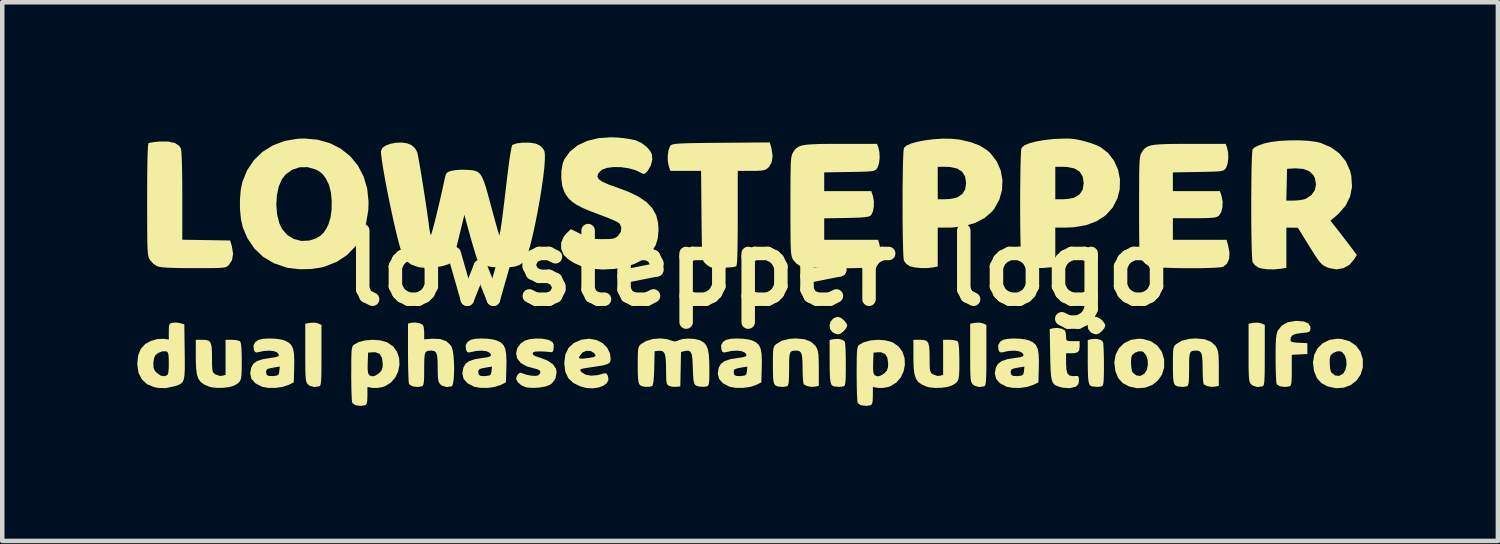
<source format=kicad_pcb>
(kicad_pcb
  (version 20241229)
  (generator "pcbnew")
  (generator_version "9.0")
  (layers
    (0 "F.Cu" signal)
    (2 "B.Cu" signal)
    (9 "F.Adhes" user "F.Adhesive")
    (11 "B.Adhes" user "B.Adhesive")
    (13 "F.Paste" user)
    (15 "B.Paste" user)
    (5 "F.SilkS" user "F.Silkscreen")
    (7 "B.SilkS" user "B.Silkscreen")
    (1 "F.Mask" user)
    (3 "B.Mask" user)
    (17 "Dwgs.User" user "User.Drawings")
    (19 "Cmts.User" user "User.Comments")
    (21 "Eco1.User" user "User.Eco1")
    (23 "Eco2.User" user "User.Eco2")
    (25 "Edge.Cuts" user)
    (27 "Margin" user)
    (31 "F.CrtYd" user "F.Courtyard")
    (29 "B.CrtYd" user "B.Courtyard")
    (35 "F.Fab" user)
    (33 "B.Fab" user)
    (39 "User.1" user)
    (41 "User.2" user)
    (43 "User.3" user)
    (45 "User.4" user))
  (footprint "lowstepper logo"
    (layer "F.Cu")
    (at 13.79 2.908)
    (property "Reference" "lowstepper logo" (at 0 0 0) (layer "F.SilkS") (effects (font (size 1.524 1.524) (thickness 0.3))))
    (attr board_only exclude_from_pos_files exclude_from_bom)
    (fp_poly (pts (xy 1.842 1.104) (xy 1.91 1.158) (xy 1.964 1.225) (xy 1.982 1.276) (xy 1.958 1.336) (xy 1.901 1.402) (xy 1.833 1.454) (xy 1.779 1.471) (xy 1.714 1.454) (xy 1.658 1.424) (xy 1.602 1.354) (xy 1.589 1.268) (xy 1.616 1.183) (xy 1.675 1.115) (xy 1.76 1.082) (xy 1.779 1.081)) (stroke (width 0) (type solid)) (fill yes) (layer "F.SilkS"))
    (fp_poly (pts (xy 7.576 1.104) (xy 7.645 1.158) (xy 7.698 1.225) (xy 7.716 1.276) (xy 7.693 1.336) (xy 7.636 1.402) (xy 7.567 1.454) (xy 7.514 1.471) (xy 7.448 1.454) (xy 7.392 1.424) (xy 7.336 1.354) (xy 7.324 1.268) (xy 7.35 1.183) (xy 7.409 1.115) (xy 7.494 1.082) (xy 7.514 1.081)) (stroke (width 0) (type solid)) (fill yes) (layer "F.SilkS"))
    (fp_poly (pts (xy -9.77 1.227) (xy -9.698 1.26) (xy -9.698 1.933) (xy -9.698 2.153) (xy -9.7 2.321) (xy -9.703 2.444) (xy -9.709 2.528) (xy -9.717 2.581) (xy -9.729 2.611) (xy -9.744 2.624) (xy -9.745 2.624) (xy -9.858 2.641) (xy -9.961 2.611) (xy -9.998 2.582) (xy -10.018 2.559) (xy -10.033 2.529) (xy -10.043 2.483) (xy -10.051 2.415) (xy -10.055 2.315) (xy -10.057 2.175) (xy -10.058 1.988) (xy -10.058 1.878) (xy -10.058 1.234) (xy -9.951 1.214) (xy -9.853 1.209)) (stroke (width 0) (type solid)) (fill yes) (layer "F.SilkS"))
    (fp_poly (pts (xy 5.001 1.227) (xy 5.074 1.26) (xy 5.074 1.933) (xy 5.074 2.153) (xy 5.072 2.321) (xy 5.068 2.444) (xy 5.063 2.528) (xy 5.054 2.581) (xy 5.043 2.611) (xy 5.027 2.624) (xy 5.027 2.624) (xy 4.914 2.641) (xy 4.811 2.611) (xy 4.774 2.582) (xy 4.754 2.559) (xy 4.739 2.529) (xy 4.728 2.483) (xy 4.721 2.415) (xy 4.717 2.315) (xy 4.715 2.175) (xy 4.714 1.988) (xy 4.714 1.878) (xy 4.714 1.234) (xy 4.821 1.214) (xy 4.919 1.209)) (stroke (width 0) (type solid)) (fill yes) (layer "F.SilkS"))
    (fp_poly (pts (xy 11.186 1.227) (xy 11.259 1.26) (xy 11.259 1.933) (xy 11.258 2.153) (xy 11.257 2.321) (xy 11.253 2.444) (xy 11.248 2.528) (xy 11.239 2.581) (xy 11.228 2.611) (xy 11.212 2.624) (xy 11.211 2.624) (xy 11.098 2.641) (xy 10.996 2.611) (xy 10.959 2.582) (xy 10.939 2.559) (xy 10.924 2.529) (xy 10.913 2.483) (xy 10.906 2.415) (xy 10.902 2.315) (xy 10.899 2.175) (xy 10.899 1.988) (xy 10.899 1.878) (xy 10.899 1.234) (xy 11.006 1.214) (xy 11.104 1.209)) (stroke (width 0) (type solid)) (fill yes) (layer "F.SilkS"))
    (fp_poly (pts (xy 1.876 1.592) (xy 1.929 1.633) (xy 1.936 1.673) (xy 1.943 1.762) (xy 1.948 1.889) (xy 1.951 2.043) (xy 1.951 2.136) (xy 1.95 2.317) (xy 1.948 2.447) (xy 1.942 2.534) (xy 1.932 2.587) (xy 1.918 2.615) (xy 1.904 2.624) (xy 1.813 2.638) (xy 1.702 2.628) (xy 1.677 2.622) (xy 1.647 2.607) (xy 1.625 2.575) (xy 1.609 2.518) (xy 1.599 2.428) (xy 1.594 2.296) (xy 1.592 2.116) (xy 1.592 2.036) (xy 1.591 1.596) (xy 1.681 1.576) (xy 1.784 1.57)) (stroke (width 0) (type solid)) (fill yes) (layer "F.SilkS"))
    (fp_poly (pts (xy 7.61 1.592) (xy 7.663 1.633) (xy 7.671 1.673) (xy 7.677 1.762) (xy 7.682 1.889) (xy 7.685 2.043) (xy 7.686 2.136) (xy 7.685 2.317) (xy 7.682 2.447) (xy 7.676 2.534) (xy 7.667 2.587) (xy 7.653 2.615) (xy 7.639 2.624) (xy 7.548 2.638) (xy 7.437 2.628) (xy 7.411 2.622) (xy 7.381 2.607) (xy 7.359 2.575) (xy 7.344 2.518) (xy 7.334 2.428) (xy 7.329 2.296) (xy 7.326 2.116) (xy 7.326 2.036) (xy 7.326 1.596) (xy 7.415 1.576) (xy 7.519 1.57)) (stroke (width 0) (type solid)) (fill yes) (layer "F.SilkS"))
    (fp_poly (pts (xy 6.742 1.343) (xy 6.809 1.377) (xy 6.822 1.391) (xy 6.838 1.444) (xy 6.845 1.523) (xy 6.845 1.524) (xy 6.848 1.581) (xy 6.867 1.61) (xy 6.917 1.62) (xy 6.996 1.621) (xy 7.146 1.621) (xy 7.146 1.738) (xy 7.137 1.821) (xy 7.102 1.868) (xy 7.03 1.888) (xy 6.948 1.891) (xy 6.845 1.891) (xy 6.845 2.116) (xy 6.852 2.253) (xy 6.875 2.34) (xy 6.922 2.386) (xy 6.998 2.399) (xy 7.048 2.396) (xy 7.104 2.396) (xy 7.126 2.423) (xy 7.131 2.491) (xy 7.119 2.573) (xy 7.075 2.622) (xy 7.056 2.633) (xy 6.93 2.666) (xy 6.777 2.656) (xy 6.708 2.64) (xy 6.64 2.617) (xy 6.589 2.589) (xy 6.552 2.546) (xy 6.526 2.481) (xy 6.51 2.386) (xy 6.5 2.253) (xy 6.494 2.073) (xy 6.491 1.919) (xy 6.481 1.353) (xy 6.558 1.334) (xy 6.65 1.327)) (stroke (width 0) (type solid)) (fill yes) (layer "F.SilkS"))
    (fp_poly (pts (xy 8.554 1.573) (xy 8.731 1.624) (xy 8.872 1.72) (xy 8.971 1.855) (xy 9.023 2.023) (xy 9.024 2.205) (xy 8.975 2.365) (xy 8.883 2.497) (xy 8.757 2.596) (xy 8.603 2.654) (xy 8.43 2.667) (xy 8.245 2.628) (xy 8.244 2.628) (xy 8.101 2.552) (xy 8.001 2.438) (xy 7.939 2.282) (xy 7.916 2.093) (xy 7.917 2.086) (xy 8.287 2.086) (xy 8.292 2.189) (xy 8.307 2.276) (xy 8.324 2.318) (xy 8.406 2.383) (xy 8.495 2.394) (xy 8.58 2.348) (xy 8.585 2.344) (xy 8.639 2.257) (xy 8.662 2.148) (xy 8.656 2.035) (xy 8.623 1.935) (xy 8.565 1.865) (xy 8.531 1.848) (xy 8.452 1.848) (xy 8.367 1.882) (xy 8.31 1.934) (xy 8.293 1.993) (xy 8.287 2.086) (xy 7.917 2.086) (xy 7.945 1.923) (xy 8.02 1.778) (xy 8.135 1.666) (xy 8.283 1.593) (xy 8.458 1.567)) (stroke (width 0) (type solid)) (fill yes) (layer "F.SilkS"))
    (fp_poly (pts (xy 12.967 1.573) (xy 13.144 1.624) (xy 13.285 1.72) (xy 13.385 1.855) (xy 13.437 2.023) (xy 13.438 2.205) (xy 13.388 2.365) (xy 13.297 2.497) (xy 13.17 2.596) (xy 13.016 2.654) (xy 12.843 2.667) (xy 12.658 2.628) (xy 12.657 2.628) (xy 12.515 2.552) (xy 12.415 2.438) (xy 12.352 2.282) (xy 12.329 2.093) (xy 12.331 2.086) (xy 12.701 2.086) (xy 12.706 2.189) (xy 12.72 2.276) (xy 12.738 2.318) (xy 12.819 2.383) (xy 12.908 2.394) (xy 12.994 2.348) (xy 12.999 2.344) (xy 13.052 2.257) (xy 13.075 2.148) (xy 13.069 2.035) (xy 13.036 1.935) (xy 12.978 1.865) (xy 12.944 1.848) (xy 12.866 1.848) (xy 12.781 1.882) (xy 12.723 1.934) (xy 12.706 1.993) (xy 12.701 2.086) (xy 12.331 2.086) (xy 12.358 1.923) (xy 12.433 1.778) (xy 12.548 1.666) (xy 12.696 1.593) (xy 12.872 1.567)) (stroke (width 0) (type solid)) (fill yes) (layer "F.SilkS"))
    (fp_poly (pts (xy -12.257 1.596) (xy -12.198 1.615) (xy -12.161 1.659) (xy -12.14 1.736) (xy -12.131 1.856) (xy -12.13 2.009) (xy -12.129 2.147) (xy -12.124 2.237) (xy -12.114 2.293) (xy -12.095 2.328) (xy -12.063 2.354) (xy -12.055 2.359) (xy -11.959 2.394) (xy -11.905 2.39) (xy -11.829 2.371) (xy -11.829 1.591) (xy -11.685 1.591) (xy -11.592 1.598) (xy -11.523 1.616) (xy -11.505 1.627) (xy -11.488 1.674) (xy -11.476 1.774) (xy -11.47 1.93) (xy -11.469 2.073) (xy -11.47 2.246) (xy -11.475 2.369) (xy -11.487 2.455) (xy -11.51 2.512) (xy -11.547 2.553) (xy -11.602 2.588) (xy -11.642 2.609) (xy -11.739 2.64) (xy -11.87 2.657) (xy -12.011 2.66) (xy -12.138 2.647) (xy -12.197 2.631) (xy -12.303 2.585) (xy -12.38 2.53) (xy -12.433 2.457) (xy -12.466 2.357) (xy -12.483 2.219) (xy -12.49 2.033) (xy -12.49 1.968) (xy -12.49 1.591) (xy -12.341 1.591)) (stroke (width 0) (type solid)) (fill yes) (layer "F.SilkS"))
    (fp_poly (pts (xy 3.686 1.596) (xy 3.744 1.615) (xy 3.781 1.659) (xy 3.802 1.736) (xy 3.811 1.856) (xy 3.813 2.009) (xy 3.814 2.147) (xy 3.818 2.237) (xy 3.829 2.293) (xy 3.848 2.328) (xy 3.879 2.354) (xy 3.888 2.359) (xy 3.984 2.394) (xy 4.038 2.39) (xy 4.113 2.371) (xy 4.113 1.591) (xy 4.257 1.591) (xy 4.35 1.598) (xy 4.42 1.616) (xy 4.437 1.627) (xy 4.455 1.674) (xy 4.466 1.774) (xy 4.472 1.93) (xy 4.474 2.073) (xy 4.473 2.246) (xy 4.468 2.369) (xy 4.456 2.455) (xy 4.433 2.512) (xy 4.396 2.553) (xy 4.34 2.588) (xy 4.301 2.609) (xy 4.204 2.64) (xy 4.073 2.657) (xy 3.932 2.66) (xy 3.805 2.647) (xy 3.745 2.631) (xy 3.64 2.585) (xy 3.563 2.53) (xy 3.51 2.457) (xy 3.477 2.357) (xy 3.459 2.219) (xy 3.453 2.033) (xy 3.453 1.968) (xy 3.453 1.591) (xy 3.602 1.591)) (stroke (width 0) (type solid)) (fill yes) (layer "F.SilkS"))
    (fp_poly (pts (xy 12.128 1.185) (xy 12.226 1.227) (xy 12.272 1.296) (xy 12.274 1.346) (xy 12.265 1.39) (xy 12.24 1.416) (xy 12.184 1.43) (xy 12.085 1.44) (xy 12.076 1.441) (xy 11.95 1.459) (xy 11.873 1.491) (xy 11.837 1.543) (xy 11.83 1.597) (xy 11.84 1.627) (xy 11.88 1.644) (xy 11.963 1.654) (xy 12.017 1.657) (xy 12.205 1.666) (xy 12.205 1.907) (xy 11.859 1.925) (xy 11.859 2.265) (xy 11.858 2.417) (xy 11.853 2.519) (xy 11.844 2.581) (xy 11.828 2.613) (xy 11.812 2.624) (xy 11.718 2.639) (xy 11.615 2.628) (xy 11.589 2.62) (xy 11.535 2.585) (xy 11.522 2.57) (xy 11.515 2.53) (xy 11.509 2.441) (xy 11.504 2.313) (xy 11.501 2.156) (xy 11.5 2.012) (xy 11.5 1.813) (xy 11.503 1.664) (xy 11.51 1.556) (xy 11.52 1.478) (xy 11.535 1.42) (xy 11.552 1.381) (xy 11.639 1.272) (xy 11.769 1.201) (xy 11.94 1.172) (xy 11.98 1.171)) (stroke (width 0) (type solid)) (fill yes) (layer "F.SilkS"))
    (fp_poly (pts (xy 1.034 1.579) (xy 1.177 1.634) (xy 1.277 1.726) (xy 1.29 1.747) (xy 1.316 1.797) (xy 1.333 1.855) (xy 1.344 1.933) (xy 1.349 2.044) (xy 1.351 2.201) (xy 1.351 2.229) (xy 1.351 2.611) (xy 1.276 2.63) (xy 1.186 2.637) (xy 1.094 2.62) (xy 1.027 2.586) (xy 1.014 2.572) (xy 1.005 2.529) (xy 0.997 2.44) (xy 0.992 2.32) (xy 0.991 2.22) (xy 0.988 2.059) (xy 0.978 1.949) (xy 0.958 1.881) (xy 0.923 1.845) (xy 0.872 1.832) (xy 0.852 1.831) (xy 0.787 1.834) (xy 0.743 1.847) (xy 0.714 1.881) (xy 0.699 1.945) (xy 0.692 2.049) (xy 0.691 2.201) (xy 0.691 2.237) (xy 0.689 2.395) (xy 0.685 2.504) (xy 0.677 2.571) (xy 0.663 2.608) (xy 0.643 2.624) (xy 0.549 2.639) (xy 0.446 2.628) (xy 0.42 2.62) (xy 0.385 2.602) (xy 0.361 2.571) (xy 0.345 2.518) (xy 0.336 2.433) (xy 0.332 2.307) (xy 0.331 2.144) (xy 0.331 1.983) (xy 0.334 1.871) (xy 0.341 1.796) (xy 0.354 1.748) (xy 0.374 1.715) (xy 0.398 1.691) (xy 0.528 1.611) (xy 0.705 1.569) (xy 0.846 1.561)) (stroke (width 0) (type solid)) (fill yes) (layer "F.SilkS"))
    (fp_poly (pts (xy 9.921 1.579) (xy 10.064 1.634) (xy 10.164 1.726) (xy 10.177 1.747) (xy 10.203 1.797) (xy 10.22 1.855) (xy 10.231 1.933) (xy 10.236 2.044) (xy 10.238 2.201) (xy 10.238 2.229) (xy 10.238 2.611) (xy 10.163 2.63) (xy 10.073 2.637) (xy 9.981 2.62) (xy 9.914 2.586) (xy 9.901 2.572) (xy 9.892 2.529) (xy 9.884 2.44) (xy 9.879 2.32) (xy 9.878 2.22) (xy 9.875 2.059) (xy 9.865 1.949) (xy 9.845 1.881) (xy 9.81 1.845) (xy 9.759 1.832) (xy 9.739 1.831) (xy 9.674 1.834) (xy 9.63 1.847) (xy 9.601 1.881) (xy 9.586 1.945) (xy 9.579 2.049) (xy 9.578 2.201) (xy 9.578 2.237) (xy 9.576 2.395) (xy 9.572 2.504) (xy 9.564 2.571) (xy 9.55 2.608) (xy 9.53 2.624) (xy 9.436 2.639) (xy 9.333 2.628) (xy 9.307 2.62) (xy 9.272 2.602) (xy 9.248 2.571) (xy 9.232 2.518) (xy 9.223 2.433) (xy 9.219 2.307) (xy 9.218 2.144) (xy 9.218 1.983) (xy 9.221 1.871) (xy 9.228 1.796) (xy 9.241 1.748) (xy 9.261 1.715) (xy 9.285 1.691) (xy 9.415 1.611) (xy 9.592 1.569) (xy 9.733 1.561)) (stroke (width 0) (type solid)) (fill yes) (layer "F.SilkS"))
    (fp_poly (pts (xy -13.102 -2.813) (xy -12.956 -2.781) (xy -12.858 -2.718) (xy -12.82 -2.657) (xy -12.812 -2.605) (xy -12.805 -2.5) (xy -12.799 -2.348) (xy -12.794 -2.153) (xy -12.791 -1.924) (xy -12.79 -1.666) (xy -12.79 -1.605) (xy -12.79 -0.632) (xy -12.258 -0.624) (xy -11.727 -0.615) (xy -11.687 -0.48) (xy -11.662 -0.318) (xy -11.686 -0.178) (xy -11.755 -0.072) (xy -11.779 -0.049) (xy -11.804 -0.032) (xy -11.84 -0.019) (xy -11.892 -0.011) (xy -11.97 -0.005) (xy -12.082 -0.002) (xy -12.234 -0.001) (xy -12.435 -0.001) (xy -12.541 -0.001) (xy -12.787 -0.002) (xy -12.981 -0.006) (xy -13.127 -0.011) (xy -13.234 -0.02) (xy -13.307 -0.031) (xy -13.352 -0.045) (xy -13.435 -0.1) (xy -13.505 -0.178) (xy -13.51 -0.186) (xy -13.525 -0.213) (xy -13.537 -0.243) (xy -13.547 -0.283) (xy -13.555 -0.338) (xy -13.56 -0.415) (xy -13.565 -0.518) (xy -13.568 -0.654) (xy -13.569 -0.829) (xy -13.57 -1.049) (xy -13.571 -1.319) (xy -13.571 -1.522) (xy -13.57 -1.876) (xy -13.568 -2.172) (xy -13.564 -2.41) (xy -13.559 -2.589) (xy -13.552 -2.71) (xy -13.544 -2.77) (xy -13.54 -2.778) (xy -13.496 -2.789) (xy -13.41 -2.802) (xy -13.301 -2.813) (xy -13.292 -2.813)) (stroke (width 0) (type solid)) (fill yes) (layer "F.SilkS"))
    (fp_poly (pts (xy -10.713 1.568) (xy -10.583 1.587) (xy -10.513 1.608) (xy -10.428 1.651) (xy -10.368 1.709) (xy -10.329 1.791) (xy -10.308 1.906) (xy -10.302 2.066) (xy -10.304 2.192) (xy -10.313 2.537) (xy -10.428 2.593) (xy -10.561 2.637) (xy -10.72 2.66) (xy -10.881 2.659) (xy -11.016 2.635) (xy -11.028 2.63) (xy -11.168 2.556) (xy -11.253 2.46) (xy -11.282 2.34) (xy -11.277 2.309) (xy -10.929 2.309) (xy -10.918 2.366) (xy -10.876 2.393) (xy -10.792 2.398) (xy -10.765 2.396) (xy -10.686 2.386) (xy -10.65 2.361) (xy -10.636 2.306) (xy -10.634 2.286) (xy -10.624 2.186) (xy -10.754 2.207) (xy -10.852 2.226) (xy -10.904 2.245) (xy -10.925 2.273) (xy -10.929 2.309) (xy -11.277 2.309) (xy -11.26 2.21) (xy -11.212 2.125) (xy -11.128 2.063) (xy -10.999 2.021) (xy -10.846 1.997) (xy -10.725 1.979) (xy -10.659 1.958) (xy -10.642 1.928) (xy -10.668 1.887) (xy -10.675 1.879) (xy -10.743 1.846) (xy -10.848 1.832) (xy -10.973 1.839) (xy -11.073 1.86) (xy -11.142 1.874) (xy -11.177 1.859) (xy -11.2 1.813) (xy -11.209 1.716) (xy -11.165 1.636) (xy -11.09 1.59) (xy -10.991 1.569) (xy -10.857 1.562)) (stroke (width 0) (type solid)) (fill yes) (layer "F.SilkS"))
    (fp_poly (pts (xy -6 1.568) (xy -5.87 1.587) (xy -5.799 1.608) (xy -5.714 1.651) (xy -5.654 1.709) (xy -5.615 1.791) (xy -5.595 1.906) (xy -5.588 2.066) (xy -5.59 2.192) (xy -5.599 2.537) (xy -5.714 2.593) (xy -5.847 2.637) (xy -6.006 2.66) (xy -6.167 2.659) (xy -6.302 2.635) (xy -6.314 2.63) (xy -6.455 2.556) (xy -6.539 2.46) (xy -6.569 2.34) (xy -6.563 2.309) (xy -6.215 2.309) (xy -6.204 2.366) (xy -6.163 2.393) (xy -6.079 2.398) (xy -6.051 2.396) (xy -5.973 2.386) (xy -5.936 2.361) (xy -5.922 2.306) (xy -5.92 2.286) (xy -5.91 2.186) (xy -6.04 2.207) (xy -6.138 2.226) (xy -6.191 2.245) (xy -6.211 2.273) (xy -6.215 2.309) (xy -6.563 2.309) (xy -6.546 2.21) (xy -6.498 2.125) (xy -6.414 2.063) (xy -6.285 2.021) (xy -6.132 1.997) (xy -6.012 1.979) (xy -5.946 1.958) (xy -5.928 1.928) (xy -5.954 1.887) (xy -5.962 1.879) (xy -6.029 1.846) (xy -6.135 1.832) (xy -6.259 1.839) (xy -6.359 1.86) (xy -6.428 1.874) (xy -6.464 1.859) (xy -6.486 1.813) (xy -6.496 1.716) (xy -6.451 1.636) (xy -6.376 1.59) (xy -6.277 1.569) (xy -6.143 1.562)) (stroke (width 0) (type solid)) (fill yes) (layer "F.SilkS"))
    (fp_poly (pts (xy -4.787 1.567) (xy -4.664 1.591) (xy -4.62 1.608) (xy -4.56 1.648) (xy -4.538 1.698) (xy -4.539 1.766) (xy -4.55 1.838) (xy -4.574 1.866) (xy -4.623 1.864) (xy -4.624 1.864) (xy -4.699 1.855) (xy -4.802 1.85) (xy -4.848 1.849) (xy -4.944 1.852) (xy -4.993 1.87) (xy -5.007 1.894) (xy -4.995 1.926) (xy -4.94 1.957) (xy -4.834 1.992) (xy -4.832 1.992) (xy -4.671 2.055) (xy -4.554 2.137) (xy -4.487 2.235) (xy -4.474 2.308) (xy -4.498 2.448) (xy -4.572 2.554) (xy -4.624 2.592) (xy -4.719 2.628) (xy -4.849 2.651) (xy -4.991 2.66) (xy -5.12 2.652) (xy -5.163 2.643) (xy -5.255 2.603) (xy -5.33 2.54) (xy -5.371 2.471) (xy -5.374 2.449) (xy -5.358 2.398) (xy -5.334 2.359) (xy -5.289 2.322) (xy -5.237 2.334) (xy -5.148 2.366) (xy -5.039 2.388) (xy -4.94 2.393) (xy -4.893 2.386) (xy -4.844 2.347) (xy -4.834 2.311) (xy -4.852 2.268) (xy -4.915 2.241) (xy -4.946 2.234) (xy -5.134 2.183) (xy -5.269 2.107) (xy -5.349 2.008) (xy -5.374 1.891) (xy -5.347 1.778) (xy -5.275 1.676) (xy -5.183 1.61) (xy -5.071 1.577) (xy -4.931 1.563)) (stroke (width 0) (type solid)) (fill yes) (layer "F.SilkS"))
    (fp_poly (pts (xy -0.325 1.568) (xy -0.195 1.587) (xy -0.124 1.608) (xy -0.04 1.651) (xy 0.021 1.709) (xy 0.059 1.791) (xy 0.08 1.906) (xy 0.086 2.066) (xy 0.084 2.192) (xy 0.075 2.537) (xy -0.04 2.593) (xy -0.173 2.637) (xy -0.332 2.66) (xy -0.492 2.659) (xy -0.628 2.635) (xy -0.64 2.63) (xy -0.78 2.556) (xy -0.865 2.46) (xy -0.894 2.34) (xy -0.889 2.309) (xy -0.54 2.309) (xy -0.529 2.366) (xy -0.488 2.393) (xy -0.404 2.398) (xy -0.376 2.396) (xy -0.298 2.386) (xy -0.262 2.361) (xy -0.248 2.306) (xy -0.246 2.286) (xy -0.236 2.186) (xy -0.366 2.207) (xy -0.464 2.226) (xy -0.516 2.245) (xy -0.537 2.273) (xy -0.54 2.309) (xy -0.889 2.309) (xy -0.872 2.21) (xy -0.824 2.125) (xy -0.739 2.063) (xy -0.611 2.021) (xy -0.458 1.997) (xy -0.337 1.979) (xy -0.271 1.958) (xy -0.254 1.928) (xy -0.28 1.887) (xy -0.287 1.879) (xy -0.355 1.846) (xy -0.46 1.832) (xy -0.584 1.839) (xy -0.685 1.86) (xy -0.753 1.874) (xy -0.789 1.859) (xy -0.812 1.813) (xy -0.821 1.716) (xy -0.776 1.636) (xy -0.702 1.59) (xy -0.603 1.569) (xy -0.469 1.562)) (stroke (width 0) (type solid)) (fill yes) (layer "F.SilkS"))
    (fp_poly (pts (xy 0.3 -2.658) (xy 0.325 -2.497) (xy 0.305 -2.357) (xy 0.244 -2.248) (xy 0.225 -2.229) (xy 0.182 -2.198) (xy 0.133 -2.178) (xy 0.064 -2.167) (xy -0.041 -2.162) (xy -0.152 -2.162) (xy -0.45 -2.162) (xy -0.45 -1.113) (xy -0.451 -0.815) (xy -0.453 -0.573) (xy -0.456 -0.382) (xy -0.46 -0.238) (xy -0.466 -0.136) (xy -0.474 -0.073) (xy -0.484 -0.044) (xy -0.487 -0.041) (xy -0.539 -0.027) (xy -0.633 -0.017) (xy -0.75 -0.01) (xy -0.871 -0.009) (xy -0.978 -0.013) (xy -1.052 -0.022) (xy -1.066 -0.027) (xy -1.131 -0.069) (xy -1.186 -0.12) (xy -1.202 -0.141) (xy -1.216 -0.167) (xy -1.226 -0.206) (xy -1.234 -0.263) (xy -1.24 -0.346) (xy -1.245 -0.46) (xy -1.248 -0.612) (xy -1.251 -0.809) (xy -1.254 -1.056) (xy -1.255 -1.174) (xy -1.264 -2.162) (xy -1.947 -2.162) (xy -1.983 -2.27) (xy -2.004 -2.38) (xy -2.005 -2.503) (xy -1.988 -2.619) (xy -1.956 -2.706) (xy -1.94 -2.727) (xy -1.921 -2.74) (xy -1.891 -2.751) (xy -1.844 -2.76) (xy -1.773 -2.767) (xy -1.673 -2.772) (xy -1.537 -2.777) (xy -1.36 -2.78) (xy -1.136 -2.783) (xy -0.858 -2.785) (xy -0.814 -2.786) (xy 0.262 -2.794)) (stroke (width 0) (type solid)) (fill yes) (layer "F.SilkS"))
    (fp_poly (pts (xy 5.83 1.568) (xy 5.96 1.587) (xy 6.03 1.608) (xy 6.115 1.651) (xy 6.175 1.709) (xy 6.214 1.791) (xy 6.235 1.906) (xy 6.241 2.066) (xy 6.239 2.192) (xy 6.23 2.537) (xy 6.115 2.593) (xy 5.982 2.637) (xy 5.823 2.66) (xy 5.662 2.659) (xy 5.527 2.635) (xy 5.515 2.63) (xy 5.375 2.556) (xy 5.29 2.46) (xy 5.261 2.34) (xy 5.266 2.309) (xy 5.614 2.309) (xy 5.625 2.366) (xy 5.667 2.393) (xy 5.751 2.398) (xy 5.778 2.396) (xy 5.857 2.386) (xy 5.893 2.361) (xy 5.907 2.306) (xy 5.909 2.286) (xy 5.919 2.186) (xy 5.789 2.207) (xy 5.691 2.226) (xy 5.639 2.245) (xy 5.618 2.273) (xy 5.614 2.309) (xy 5.266 2.309) (xy 5.283 2.21) (xy 5.331 2.125) (xy 5.415 2.063) (xy 5.544 2.021) (xy 5.697 1.997) (xy 5.818 1.979) (xy 5.884 1.958) (xy 5.901 1.928) (xy 5.875 1.887) (xy 5.868 1.879) (xy 5.8 1.846) (xy 5.695 1.832) (xy 5.57 1.839) (xy 5.47 1.86) (xy 5.401 1.874) (xy 5.366 1.859) (xy 5.343 1.813) (xy 5.334 1.716) (xy 5.378 1.636) (xy 5.453 1.59) (xy 5.552 1.569) (xy 5.686 1.562)) (stroke (width 0) (type solid)) (fill yes) (layer "F.SilkS"))
    (fp_poly (pts (xy -12.841 1.221) (xy -12.745 1.248) (xy -12.737 1.86) (xy -12.734 2.08) (xy -12.735 2.249) (xy -12.741 2.374) (xy -12.755 2.463) (xy -12.78 2.524) (xy -12.819 2.564) (xy -12.873 2.593) (xy -12.945 2.617) (xy -12.981 2.627) (xy -13.155 2.664) (xy -13.318 2.661) (xy -13.417 2.642) (xy -13.573 2.578) (xy -13.689 2.47) (xy -13.763 2.324) (xy -13.79 2.142) (xy -13.79 2.12) (xy -13.433 2.12) (xy -13.428 2.216) (xy -13.4 2.279) (xy -13.351 2.329) (xy -13.27 2.387) (xy -13.199 2.4) (xy -13.138 2.384) (xy -13.114 2.362) (xy -13.099 2.314) (xy -13.092 2.227) (xy -13.09 2.115) (xy -13.092 1.991) (xy -13.099 1.914) (xy -13.113 1.871) (xy -13.137 1.851) (xy -13.146 1.848) (xy -13.232 1.847) (xy -13.326 1.883) (xy -13.389 1.935) (xy -13.415 1.994) (xy -13.431 2.084) (xy -13.433 2.12) (xy -13.79 2.12) (xy -13.79 2.118) (xy -13.77 1.935) (xy -13.712 1.794) (xy -13.613 1.684) (xy -13.612 1.684) (xy -13.493 1.618) (xy -13.348 1.576) (xy -13.21 1.569) (xy -13.189 1.571) (xy -13.09 1.587) (xy -13.09 1.41) (xy -13.088 1.31) (xy -13.078 1.254) (xy -13.053 1.226) (xy -13.013 1.213) (xy -12.928 1.207)) (stroke (width 0) (type solid)) (fill yes) (layer "F.SilkS"))
    (fp_poly (pts (xy -3.595 1.594) (xy -3.458 1.661) (xy -3.353 1.763) (xy -3.289 1.894) (xy -3.273 2.01) (xy -3.279 2.065) (xy -3.303 2.106) (xy -3.356 2.136) (xy -3.447 2.16) (xy -3.585 2.183) (xy -3.633 2.19) (xy -3.781 2.212) (xy -3.878 2.228) (xy -3.932 2.243) (xy -3.951 2.26) (xy -3.943 2.283) (xy -3.919 2.31) (xy -3.832 2.365) (xy -3.709 2.388) (xy -3.567 2.377) (xy -3.508 2.362) (xy -3.424 2.338) (xy -3.378 2.336) (xy -3.353 2.358) (xy -3.335 2.394) (xy -3.322 2.48) (xy -3.359 2.553) (xy -3.437 2.612) (xy -3.545 2.652) (xy -3.675 2.67) (xy -3.816 2.661) (xy -3.94 2.629) (xy -4.103 2.55) (xy -4.215 2.443) (xy -4.28 2.303) (xy -4.303 2.122) (xy -4.303 2.102) (xy -4.289 1.991) (xy -3.978 1.991) (xy -3.953 2.009) (xy -3.88 2.009) (xy -3.754 1.994) (xy -3.742 1.992) (xy -3.648 1.975) (xy -3.609 1.951) (xy -3.619 1.913) (xy -3.65 1.879) (xy -3.726 1.839) (xy -3.817 1.837) (xy -3.896 1.871) (xy -3.909 1.884) (xy -3.962 1.95) (xy -3.978 1.991) (xy -4.289 1.991) (xy -4.279 1.917) (xy -4.208 1.77) (xy -4.09 1.661) (xy -3.927 1.59) (xy -3.923 1.589) (xy -3.753 1.567)) (stroke (width 0) (type solid)) (fill yes) (layer "F.SilkS"))
    (fp_poly (pts (xy -7.519 1.223) (xy -7.452 1.257) (xy -7.439 1.271) (xy -7.425 1.321) (xy -7.417 1.405) (xy -7.416 1.443) (xy -7.416 1.58) (xy -7.24 1.567) (xy -7.061 1.574) (xy -6.922 1.624) (xy -6.826 1.715) (xy -6.803 1.756) (xy -6.781 1.831) (xy -6.765 1.943) (xy -6.755 2.076) (xy -6.751 2.22) (xy -6.754 2.359) (xy -6.762 2.481) (xy -6.777 2.573) (xy -6.798 2.621) (xy -6.803 2.624) (xy -6.916 2.641) (xy -7.018 2.611) (xy -7.056 2.582) (xy -7.083 2.547) (xy -7.101 2.5) (xy -7.111 2.429) (xy -7.115 2.32) (xy -7.116 2.213) (xy -7.118 2.053) (xy -7.129 1.945) (xy -7.15 1.878) (xy -7.186 1.843) (xy -7.239 1.832) (xy -7.254 1.831) (xy -7.319 1.834) (xy -7.364 1.847) (xy -7.392 1.881) (xy -7.408 1.945) (xy -7.414 2.049) (xy -7.416 2.201) (xy -7.416 2.237) (xy -7.417 2.395) (xy -7.421 2.504) (xy -7.43 2.571) (xy -7.444 2.608) (xy -7.463 2.624) (xy -7.557 2.639) (xy -7.661 2.628) (xy -7.686 2.62) (xy -7.74 2.585) (xy -7.753 2.57) (xy -7.76 2.531) (xy -7.765 2.442) (xy -7.77 2.311) (xy -7.774 2.147) (xy -7.775 1.961) (xy -7.776 1.885) (xy -7.776 1.232) (xy -7.701 1.213) (xy -7.611 1.207)) (stroke (width 0) (type solid)) (fill yes) (layer "F.SilkS"))
    (fp_poly (pts (xy -8.399 1.603) (xy -8.252 1.643) (xy -8.235 1.65) (xy -8.107 1.737) (xy -8.02 1.856) (xy -7.973 1.996) (xy -7.965 2.145) (xy -7.994 2.294) (xy -8.059 2.43) (xy -8.159 2.544) (xy -8.292 2.624) (xy -8.346 2.642) (xy -8.452 2.66) (xy -8.554 2.661) (xy -8.577 2.658) (xy -8.677 2.639) (xy -8.677 2.833) (xy -8.681 2.946) (xy -8.694 3.011) (xy -8.719 3.042) (xy -8.724 3.044) (xy -8.818 3.059) (xy -8.922 3.048) (xy -8.947 3.041) (xy -9.001 3.005) (xy -9.014 2.99) (xy -9.021 2.951) (xy -9.027 2.862) (xy -9.032 2.732) (xy -9.035 2.571) (xy -9.037 2.388) (xy -9.037 2.354) (xy -9.036 2.248) (xy -8.672 2.248) (xy -8.661 2.334) (xy -8.634 2.38) (xy -8.586 2.399) (xy -8.551 2.401) (xy -8.495 2.383) (xy -8.426 2.338) (xy -8.418 2.332) (xy -8.365 2.273) (xy -8.341 2.203) (xy -8.337 2.122) (xy -8.354 1.989) (xy -8.407 1.905) (xy -8.495 1.868) (xy -8.555 1.868) (xy -8.662 1.876) (xy -8.671 2.114) (xy -8.672 2.248) (xy -9.036 2.248) (xy -9.036 2.147) (xy -9.035 1.991) (xy -9.031 1.879) (xy -9.024 1.802) (xy -9.014 1.753) (xy -9 1.722) (xy -8.985 1.705) (xy -8.876 1.644) (xy -8.729 1.605) (xy -8.564 1.591)) (stroke (width 0) (type solid)) (fill yes) (layer "F.SilkS"))
    (fp_poly (pts (xy 2.83 1.603) (xy 2.977 1.643) (xy 2.994 1.65) (xy 3.122 1.737) (xy 3.209 1.856) (xy 3.256 1.996) (xy 3.264 2.145) (xy 3.235 2.294) (xy 3.17 2.43) (xy 3.07 2.544) (xy 2.937 2.624) (xy 2.883 2.642) (xy 2.777 2.66) (xy 2.674 2.661) (xy 2.652 2.658) (xy 2.552 2.639) (xy 2.552 2.833) (xy 2.548 2.946) (xy 2.535 3.011) (xy 2.51 3.042) (xy 2.505 3.044) (xy 2.411 3.059) (xy 2.307 3.048) (xy 2.282 3.041) (xy 2.228 3.005) (xy 2.215 2.99) (xy 2.208 2.951) (xy 2.202 2.862) (xy 2.197 2.732) (xy 2.194 2.571) (xy 2.192 2.388) (xy 2.192 2.354) (xy 2.192 2.248) (xy 2.557 2.248) (xy 2.567 2.334) (xy 2.595 2.38) (xy 2.643 2.399) (xy 2.678 2.401) (xy 2.734 2.383) (xy 2.803 2.338) (xy 2.811 2.332) (xy 2.864 2.273) (xy 2.888 2.203) (xy 2.892 2.122) (xy 2.875 1.989) (xy 2.822 1.905) (xy 2.733 1.868) (xy 2.674 1.868) (xy 2.567 1.876) (xy 2.558 2.114) (xy 2.557 2.248) (xy 2.192 2.248) (xy 2.193 2.147) (xy 2.194 1.991) (xy 2.198 1.879) (xy 2.205 1.802) (xy 2.215 1.753) (xy 2.229 1.722) (xy 2.244 1.705) (xy 2.353 1.644) (xy 2.5 1.605) (xy 2.665 1.591)) (stroke (width 0) (type solid)) (fill yes) (layer "F.SilkS"))
    (fp_poly (pts (xy 4.283 -2.876) (xy 4.452 -2.86) (xy 4.485 -2.855) (xy 4.729 -2.799) (xy 4.926 -2.724) (xy 5.086 -2.624) (xy 5.165 -2.553) (xy 5.303 -2.375) (xy 5.392 -2.173) (xy 5.431 -1.956) (xy 5.421 -1.735) (xy 5.361 -1.521) (xy 5.251 -1.323) (xy 5.197 -1.256) (xy 5.033 -1.114) (xy 4.825 -1.006) (xy 4.58 -0.934) (xy 4.305 -0.902) (xy 4.227 -0.901) (xy 3.993 -0.901) (xy 3.993 -0.038) (xy 3.899 -0.019) (xy 3.767 -0.003) (xy 3.621 -0.003) (xy 3.483 -0.016) (xy 3.377 -0.042) (xy 3.37 -0.045) (xy 3.293 -0.097) (xy 3.243 -0.164) (xy 3.242 -0.166) (xy 3.235 -0.215) (xy 3.228 -0.316) (xy 3.223 -0.461) (xy 3.219 -0.64) (xy 3.215 -0.847) (xy 3.213 -1.074) (xy 3.212 -1.312) (xy 3.212 -1.531) (xy 3.993 -1.531) (xy 4.159 -1.531) (xy 4.274 -1.539) (xy 4.382 -1.559) (xy 4.426 -1.573) (xy 4.538 -1.645) (xy 4.603 -1.75) (xy 4.624 -1.891) (xy 4.601 -2.037) (xy 4.534 -2.145) (xy 4.42 -2.215) (xy 4.259 -2.248) (xy 4.175 -2.252) (xy 3.993 -2.252) (xy 3.993 -1.531) (xy 3.212 -1.531) (xy 3.212 -1.553) (xy 3.213 -1.79) (xy 3.216 -2.015) (xy 3.219 -2.219) (xy 3.223 -2.395) (xy 3.229 -2.534) (xy 3.236 -2.63) (xy 3.243 -2.673) (xy 3.299 -2.724) (xy 3.405 -2.77) (xy 3.548 -2.81) (xy 3.719 -2.842) (xy 3.905 -2.865) (xy 4.097 -2.877)) (stroke (width 0) (type solid)) (fill yes) (layer "F.SilkS"))
    (fp_poly (pts (xy 6.935 -2.878) (xy 7.049 -2.866) (xy 7.167 -2.843) (xy 7.232 -2.827) (xy 7.368 -2.787) (xy 7.498 -2.741) (xy 7.598 -2.696) (xy 7.613 -2.688) (xy 7.781 -2.556) (xy 7.911 -2.385) (xy 7.999 -2.187) (xy 8.042 -1.972) (xy 8.036 -1.749) (xy 7.985 -1.55) (xy 7.878 -1.344) (xy 7.725 -1.175) (xy 7.528 -1.046) (xy 7.291 -0.956) (xy 7.015 -0.909) (xy 6.829 -0.901) (xy 6.605 -0.901) (xy 6.605 -0.038) (xy 6.493 -0.019) (xy 6.328 -0.003) (xy 6.167 -0.006) (xy 6.032 -0.028) (xy 5.982 -0.045) (xy 5.905 -0.097) (xy 5.855 -0.164) (xy 5.854 -0.166) (xy 5.847 -0.215) (xy 5.84 -0.316) (xy 5.835 -0.461) (xy 5.831 -0.64) (xy 5.827 -0.847) (xy 5.825 -1.074) (xy 5.824 -1.312) (xy 5.824 -1.531) (xy 6.605 -1.531) (xy 6.771 -1.531) (xy 6.886 -1.539) (xy 6.994 -1.559) (xy 7.038 -1.573) (xy 7.15 -1.645) (xy 7.215 -1.75) (xy 7.236 -1.891) (xy 7.213 -2.037) (xy 7.146 -2.145) (xy 7.032 -2.215) (xy 6.871 -2.248) (xy 6.787 -2.252) (xy 6.605 -2.252) (xy 6.605 -1.531) (xy 5.824 -1.531) (xy 5.824 -1.553) (xy 5.826 -1.79) (xy 5.828 -2.015) (xy 5.831 -2.219) (xy 5.836 -2.395) (xy 5.841 -2.534) (xy 5.848 -2.63) (xy 5.855 -2.673) (xy 5.911 -2.724) (xy 6.018 -2.771) (xy 6.167 -2.812) (xy 6.347 -2.845) (xy 6.551 -2.868) (xy 6.635 -2.873) (xy 6.804 -2.879)) (stroke (width 0) (type solid)) (fill yes) (layer "F.SilkS"))
    (fp_poly (pts (xy -9.785 -2.855) (xy -9.51 -2.777) (xy -9.266 -2.653) (xy -9.058 -2.486) (xy -8.889 -2.28) (xy -8.763 -2.04) (xy -8.682 -1.768) (xy -8.652 -1.471) (xy -8.658 -1.29) (xy -8.709 -0.983) (xy -8.806 -0.713) (xy -8.947 -0.482) (xy -9.132 -0.29) (xy -9.358 -0.141) (xy -9.625 -0.036) (xy -9.705 -0.015) (xy -9.937 0.019) (xy -10.188 0.023) (xy -10.426 -0.004) (xy -10.485 -0.017) (xy -10.758 -0.111) (xy -10.994 -0.252) (xy -11.19 -0.438) (xy -11.344 -0.666) (xy -11.446 -0.908) (xy -11.487 -1.088) (xy -11.508 -1.302) (xy -11.509 -1.402) (xy -10.701 -1.402) (xy -10.683 -1.19) (xy -10.634 -0.998) (xy -10.575 -0.873) (xy -10.459 -0.738) (xy -10.311 -0.648) (xy -10.142 -0.605) (xy -9.966 -0.614) (xy -9.833 -0.657) (xy -9.729 -0.714) (xy -9.652 -0.786) (xy -9.586 -0.888) (xy -9.542 -0.977) (xy -9.497 -1.125) (xy -9.473 -1.308) (xy -9.471 -1.504) (xy -9.49 -1.691) (xy -9.531 -1.848) (xy -9.542 -1.875) (xy -9.609 -2.006) (xy -9.677 -2.095) (xy -9.762 -2.159) (xy -9.833 -2.195) (xy -10.008 -2.245) (xy -10.183 -2.242) (xy -10.348 -2.187) (xy -10.49 -2.086) (xy -10.575 -1.979) (xy -10.647 -1.815) (xy -10.689 -1.617) (xy -10.701 -1.402) (xy -11.509 -1.402) (xy -11.509 -1.528) (xy -11.491 -1.744) (xy -11.455 -1.917) (xy -11.35 -2.176) (xy -11.199 -2.4) (xy -11.006 -2.586) (xy -10.776 -2.729) (xy -10.515 -2.827) (xy -10.226 -2.876) (xy -10.088 -2.881)) (stroke (width 0) (type solid)) (fill yes) (layer "F.SilkS"))
    (fp_poly (pts (xy -2.012 1.579) (xy -1.941 1.603) (xy -1.863 1.627) (xy -1.805 1.621) (xy -1.769 1.604) (xy -1.675 1.574) (xy -1.548 1.564) (xy -1.415 1.572) (xy -1.3 1.598) (xy -1.275 1.609) (xy -1.202 1.654) (xy -1.149 1.715) (xy -1.114 1.802) (xy -1.092 1.924) (xy -1.082 2.091) (xy -1.081 2.232) (xy -1.081 2.388) (xy -1.084 2.495) (xy -1.091 2.562) (xy -1.103 2.6) (xy -1.123 2.619) (xy -1.144 2.628) (xy -1.217 2.636) (xy -1.306 2.629) (xy -1.308 2.629) (xy -1.36 2.616) (xy -1.396 2.593) (xy -1.419 2.551) (xy -1.434 2.48) (xy -1.442 2.37) (xy -1.448 2.211) (xy -1.449 2.18) (xy -1.456 2.023) (xy -1.471 1.918) (xy -1.499 1.858) (xy -1.544 1.833) (xy -1.609 1.837) (xy -1.631 1.842) (xy -1.71 1.862) (xy -1.718 2.245) (xy -1.726 2.627) (xy -1.823 2.636) (xy -1.911 2.633) (xy -1.98 2.613) (xy -2.007 2.593) (xy -2.025 2.562) (xy -2.036 2.507) (xy -2.04 2.416) (xy -2.042 2.279) (xy -2.042 2.256) (xy -2.045 2.084) (xy -2.056 1.963) (xy -2.079 1.887) (xy -2.117 1.846) (xy -2.172 1.834) (xy -2.208 1.836) (xy -2.297 1.846) (xy -2.305 2.221) (xy -2.312 2.406) (xy -2.324 2.533) (xy -2.34 2.603) (xy -2.35 2.618) (xy -2.416 2.636) (xy -2.506 2.636) (xy -2.582 2.62) (xy -2.617 2.602) (xy -2.641 2.571) (xy -2.657 2.518) (xy -2.666 2.433) (xy -2.671 2.307) (xy -2.672 2.144) (xy -2.671 1.983) (xy -2.668 1.871) (xy -2.661 1.796) (xy -2.649 1.748) (xy -2.629 1.715) (xy -2.605 1.691) (xy -2.487 1.619) (xy -2.335 1.574) (xy -2.17 1.56)) (stroke (width 0) (type solid)) (fill yes) (layer "F.SilkS"))
    (fp_poly (pts (xy 10.419 -2.685) (xy 10.444 -2.575) (xy 10.449 -2.448) (xy 10.434 -2.326) (xy 10.402 -2.234) (xy 10.391 -2.218) (xy 10.369 -2.193) (xy 10.342 -2.174) (xy 10.303 -2.161) (xy 10.241 -2.152) (xy 10.149 -2.146) (xy 10.017 -2.142) (xy 9.836 -2.138) (xy 9.775 -2.137) (xy 9.217 -2.128) (xy 9.217 -1.711) (xy 10.263 -1.711) (xy 10.299 -1.603) (xy 10.323 -1.478) (xy 10.318 -1.35) (xy 10.289 -1.238) (xy 10.238 -1.165) (xy 10.205 -1.144) (xy 10.16 -1.129) (xy 10.093 -1.12) (xy 9.994 -1.114) (xy 9.853 -1.111) (xy 9.694 -1.111) (xy 9.217 -1.111) (xy 9.217 -0.63) (xy 10.409 -0.63) (xy 10.443 -0.514) (xy 10.475 -0.349) (xy 10.467 -0.208) (xy 10.419 -0.099) (xy 10.338 -0.033) (xy 10.28 -0.021) (xy 10.172 -0.011) (xy 10.025 -0.005) (xy 9.849 -0.00032) (xy 9.656 0.001) (xy 9.455 0.00045) (xy 9.257 -0.003) (xy 9.072 -0.009) (xy 8.911 -0.016) (xy 8.784 -0.027) (xy 8.703 -0.039) (xy 8.685 -0.045) (xy 8.603 -0.1) (xy 8.532 -0.178) (xy 8.527 -0.186) (xy 8.512 -0.214) (xy 8.499 -0.247) (xy 8.489 -0.289) (xy 8.481 -0.348) (xy 8.475 -0.429) (xy 8.471 -0.539) (xy 8.469 -0.685) (xy 8.468 -0.872) (xy 8.467 -1.107) (xy 8.467 -1.381) (xy 8.467 -1.667) (xy 8.468 -1.9) (xy 8.469 -2.085) (xy 8.472 -2.229) (xy 8.476 -2.337) (xy 8.481 -2.418) (xy 8.489 -2.476) (xy 8.499 -2.517) (xy 8.512 -2.549) (xy 8.527 -2.576) (xy 8.562 -2.628) (xy 8.602 -2.669) (xy 8.653 -2.701) (xy 8.721 -2.725) (xy 8.815 -2.742) (xy 8.942 -2.752) (xy 9.107 -2.759) (xy 9.318 -2.761) (xy 9.582 -2.762) (xy 10.39 -2.762)) (stroke (width 0) (type solid)) (fill yes) (layer "F.SilkS"))
    (fp_poly (pts (xy 2.673 -2.685) (xy 2.698 -2.575) (xy 2.703 -2.448) (xy 2.688 -2.326) (xy 2.656 -2.234) (xy 2.645 -2.218) (xy 2.623 -2.193) (xy 2.596 -2.174) (xy 2.557 -2.161) (xy 2.495 -2.152) (xy 2.403 -2.146) (xy 2.271 -2.142) (xy 2.09 -2.138) (xy 2.029 -2.137) (xy 1.471 -2.128) (xy 1.471 -1.711) (xy 2.517 -1.711) (xy 2.553 -1.603) (xy 2.574 -1.49) (xy 2.573 -1.367) (xy 2.552 -1.256) (xy 2.513 -1.179) (xy 2.509 -1.175) (xy 2.481 -1.156) (xy 2.434 -1.142) (xy 2.36 -1.132) (xy 2.249 -1.124) (xy 2.093 -1.119) (xy 1.966 -1.116) (xy 1.471 -1.107) (xy 1.471 -0.63) (xy 2.669 -0.63) (xy 2.701 -0.518) (xy 2.73 -0.349) (xy 2.72 -0.207) (xy 2.672 -0.098) (xy 2.592 -0.033) (xy 2.534 -0.021) (xy 2.426 -0.011) (xy 2.279 -0.005) (xy 2.103 -0.00032) (xy 1.91 0.001) (xy 1.709 0.00045) (xy 1.51 -0.003) (xy 1.326 -0.009) (xy 1.165 -0.016) (xy 1.038 -0.027) (xy 0.957 -0.039) (xy 0.939 -0.045) (xy 0.857 -0.1) (xy 0.786 -0.178) (xy 0.781 -0.186) (xy 0.766 -0.214) (xy 0.753 -0.247) (xy 0.743 -0.289) (xy 0.735 -0.348) (xy 0.729 -0.429) (xy 0.725 -0.539) (xy 0.723 -0.685) (xy 0.722 -0.872) (xy 0.721 -1.107) (xy 0.721 -1.381) (xy 0.721 -1.667) (xy 0.722 -1.9) (xy 0.723 -2.085) (xy 0.726 -2.229) (xy 0.729 -2.337) (xy 0.735 -2.418) (xy 0.743 -2.476) (xy 0.753 -2.517) (xy 0.766 -2.549) (xy 0.781 -2.576) (xy 0.816 -2.628) (xy 0.856 -2.669) (xy 0.906 -2.701) (xy 0.975 -2.725) (xy 1.069 -2.742) (xy 1.196 -2.752) (xy 1.361 -2.759) (xy 1.572 -2.761) (xy 1.836 -2.762) (xy 2.644 -2.762)) (stroke (width 0) (type solid)) (fill yes) (layer "F.SilkS"))
    (fp_poly (pts (xy 12.223 -2.83) (xy 12.399 -2.807) (xy 12.494 -2.785) (xy 12.728 -2.686) (xy 12.916 -2.549) (xy 13.059 -2.375) (xy 13.153 -2.167) (xy 13.182 -2.045) (xy 13.197 -1.809) (xy 13.155 -1.592) (xy 13.056 -1.392) (xy 12.899 -1.211) (xy 12.859 -1.175) (xy 12.717 -1.054) (xy 12.821 -0.925) (xy 12.885 -0.844) (xy 12.971 -0.733) (xy 13.065 -0.61) (xy 13.114 -0.546) (xy 13.303 -0.295) (xy 13.249 -0.203) (xy 13.144 -0.078) (xy 13.009 -0.001) (xy 12.854 0.026) (xy 12.689 -0.002) (xy 12.634 -0.023) (xy 12.579 -0.05) (xy 12.532 -0.084) (xy 12.483 -0.134) (xy 12.427 -0.208) (xy 12.356 -0.315) (xy 12.263 -0.464) (xy 12.246 -0.491) (xy 11.994 -0.898) (xy 11.867 -0.9) (xy 11.739 -0.901) (xy 11.739 -0.008) (xy 11.627 0.011) (xy 11.462 0.027) (xy 11.301 0.024) (xy 11.166 0.002) (xy 11.116 -0.015) (xy 11.039 -0.067) (xy 10.989 -0.134) (xy 10.988 -0.136) (xy 10.981 -0.186) (xy 10.974 -0.287) (xy 10.969 -0.431) (xy 10.965 -0.611) (xy 10.961 -0.818) (xy 10.959 -1.044) (xy 10.958 -1.282) (xy 10.958 -1.501) (xy 11.737 -1.501) (xy 11.904 -1.501) (xy 12.019 -1.509) (xy 12.127 -1.528) (xy 12.171 -1.543) (xy 12.293 -1.622) (xy 12.371 -1.733) (xy 12.398 -1.863) (xy 12.373 -1.999) (xy 12.341 -2.062) (xy 12.252 -2.152) (xy 12.117 -2.205) (xy 11.941 -2.218) (xy 11.904 -2.216) (xy 11.754 -2.207) (xy 11.746 -1.854) (xy 11.737 -1.501) (xy 10.958 -1.501) (xy 10.958 -1.524) (xy 10.96 -1.761) (xy 10.962 -1.985) (xy 10.965 -2.189) (xy 10.97 -2.365) (xy 10.975 -2.505) (xy 10.982 -2.6) (xy 10.989 -2.643) (xy 11.038 -2.686) (xy 11.135 -2.732) (xy 11.237 -2.768) (xy 11.391 -2.803) (xy 11.584 -2.827) (xy 11.798 -2.839) (xy 12.017 -2.84)) (stroke (width 0) (type solid)) (fill yes) (layer "F.SilkS"))
    (fp_poly (pts (xy -3.128 -2.903) (xy -2.985 -2.889) (xy -2.845 -2.868) (xy -2.733 -2.844) (xy -2.716 -2.84) (xy -2.584 -2.779) (xy -2.467 -2.69) (xy -2.384 -2.586) (xy -2.357 -2.527) (xy -2.348 -2.406) (xy -2.383 -2.276) (xy -2.45 -2.163) (xy -2.503 -2.107) (xy -2.541 -2.092) (xy -2.585 -2.111) (xy -2.592 -2.115) (xy -2.721 -2.177) (xy -2.876 -2.22) (xy -3.043 -2.244) (xy -3.206 -2.247) (xy -3.35 -2.229) (xy -3.461 -2.189) (xy -3.496 -2.163) (xy -3.554 -2.094) (xy -3.568 -2.033) (xy -3.535 -1.975) (xy -3.452 -1.918) (xy -3.315 -1.857) (xy -3.166 -1.804) (xy -2.882 -1.699) (xy -2.653 -1.588) (xy -2.477 -1.468) (xy -2.349 -1.334) (xy -2.264 -1.183) (xy -2.22 -1.01) (xy -2.21 -0.856) (xy -2.225 -0.668) (xy -2.271 -0.514) (xy -2.357 -0.375) (xy -2.403 -0.319) (xy -2.545 -0.198) (xy -2.732 -0.1) (xy -2.953 -0.027) (xy -3.197 0.017) (xy -3.452 0.03) (xy -3.707 0.01) (xy -3.782 -0.003) (xy -3.938 -0.048) (xy -4.09 -0.117) (xy -4.22 -0.201) (xy -4.311 -0.29) (xy -4.319 -0.3) (xy -4.374 -0.432) (xy -4.373 -0.569) (xy -4.316 -0.7) (xy -4.259 -0.768) (xy -4.158 -0.868) (xy -3.935 -0.757) (xy -3.819 -0.702) (xy -3.729 -0.668) (xy -3.639 -0.652) (xy -3.527 -0.646) (xy -3.45 -0.646) (xy -3.32 -0.647) (xy -3.234 -0.654) (xy -3.177 -0.67) (xy -3.132 -0.699) (xy -3.11 -0.718) (xy -3.048 -0.807) (xy -3.036 -0.902) (xy -3.072 -0.986) (xy -3.088 -1.001) (xy -3.136 -1.031) (xy -3.229 -1.074) (xy -3.352 -1.125) (xy -3.493 -1.179) (xy -3.501 -1.182) (xy -3.725 -1.266) (xy -3.899 -1.34) (xy -4.033 -1.41) (xy -4.134 -1.48) (xy -4.212 -1.556) (xy -4.274 -1.644) (xy -4.302 -1.693) (xy -4.349 -1.828) (xy -4.37 -1.995) (xy -4.367 -2.169) (xy -4.338 -2.329) (xy -4.302 -2.42) (xy -4.178 -2.591) (xy -4.008 -2.728) (xy -3.797 -2.827) (xy -3.55 -2.888) (xy -3.27 -2.908)) (stroke (width 0) (type solid)) (fill yes) (layer "F.SilkS"))
    (fp_poly (pts (xy -7.792 -2.773) (xy -7.697 -2.734) (xy -7.614 -2.658) (xy -7.571 -2.577) (xy -7.558 -2.521) (xy -7.538 -2.416) (xy -7.513 -2.272) (xy -7.483 -2.098) (xy -7.452 -1.904) (xy -7.42 -1.7) (xy -7.388 -1.497) (xy -7.36 -1.304) (xy -7.335 -1.132) (xy -7.315 -0.989) (xy -7.307 -0.922) (xy -7.293 -0.827) (xy -7.278 -0.759) (xy -7.268 -0.737) (xy -7.256 -0.761) (xy -7.234 -0.835) (xy -7.203 -0.95) (xy -7.165 -1.096) (xy -7.124 -1.265) (xy -7.08 -1.448) (xy -7.037 -1.636) (xy -6.996 -1.819) (xy -6.963 -1.974) (xy -6.941 -2.066) (xy -6.914 -2.117) (xy -6.868 -2.146) (xy -6.806 -2.164) (xy -6.708 -2.18) (xy -6.582 -2.188) (xy -6.479 -2.186) (xy -6.378 -2.179) (xy -6.298 -2.167) (xy -6.233 -2.143) (xy -6.18 -2.1) (xy -6.134 -2.031) (xy -6.09 -1.931) (xy -6.044 -1.793) (xy -5.992 -1.609) (xy -5.932 -1.386) (xy -5.881 -1.197) (xy -5.835 -1.03) (xy -5.796 -0.892) (xy -5.767 -0.792) (xy -5.75 -0.737) (xy -5.746 -0.729) (xy -5.735 -0.767) (xy -5.718 -0.863) (xy -5.695 -1.016) (xy -5.668 -1.223) (xy -5.636 -1.483) (xy -5.599 -1.795) (xy -5.584 -1.921) (xy -5.553 -2.178) (xy -5.525 -2.392) (xy -5.499 -2.557) (xy -5.478 -2.671) (xy -5.461 -2.731) (xy -5.456 -2.738) (xy -5.368 -2.771) (xy -5.239 -2.788) (xy -5.087 -2.788) (xy -5.056 -2.786) (xy -4.94 -2.768) (xy -4.86 -2.733) (xy -4.809 -2.691) (xy -4.766 -2.641) (xy -4.742 -2.59) (xy -4.734 -2.518) (xy -4.735 -2.409) (xy -4.747 -2.236) (xy -4.772 -2.018) (xy -4.808 -1.769) (xy -4.851 -1.501) (xy -4.901 -1.227) (xy -4.954 -0.961) (xy -5.008 -0.716) (xy -5.061 -0.504) (xy -5.108 -0.345) (xy -5.159 -0.218) (xy -5.22 -0.128) (xy -5.3 -0.069) (xy -5.412 -0.034) (xy -5.565 -0.018) (xy -5.704 -0.015) (xy -5.909 -0.025) (xy -6.062 -0.055) (xy -6.168 -0.108) (xy -6.232 -0.185) (xy -6.241 -0.205) (xy -6.263 -0.267) (xy -6.296 -0.376) (xy -6.338 -0.518) (xy -6.385 -0.681) (xy -6.433 -0.852) (xy -6.479 -1.021) (xy -6.487 -1.051) (xy -6.523 -1.186) (xy -6.65 -0.667) (xy -6.691 -0.5) (xy -6.728 -0.354) (xy -6.759 -0.238) (xy -6.78 -0.163) (xy -6.788 -0.138) (xy -6.876 -0.088) (xy -7.006 -0.048) (xy -7.159 -0.02) (xy -7.319 -0.007) (xy -7.468 -0.012) (xy -7.556 -0.027) (xy -7.707 -0.082) (xy -7.813 -0.162) (xy -7.889 -0.281) (xy -7.915 -0.348) (xy -7.953 -0.466) (xy -7.997 -0.63) (xy -8.046 -0.829) (xy -8.098 -1.053) (xy -8.15 -1.293) (xy -8.201 -1.54) (xy -8.25 -1.783) (xy -8.293 -2.014) (xy -8.329 -2.222) (xy -8.356 -2.398) (xy -8.373 -2.533) (xy -8.377 -2.6) (xy -8.349 -2.667) (xy -8.276 -2.722) (xy -8.17 -2.762) (xy -8.045 -2.786) (xy -7.915 -2.791)) (stroke (width 0) (type solid)) (fill yes) (layer "F.SilkS")))
  (gr_rect
    (start -3 -3)
    (end 30.228 8.968)
    (stroke (width 0.1) (type default))
    (fill no)
    (layer "Edge.Cuts")))
</source>
